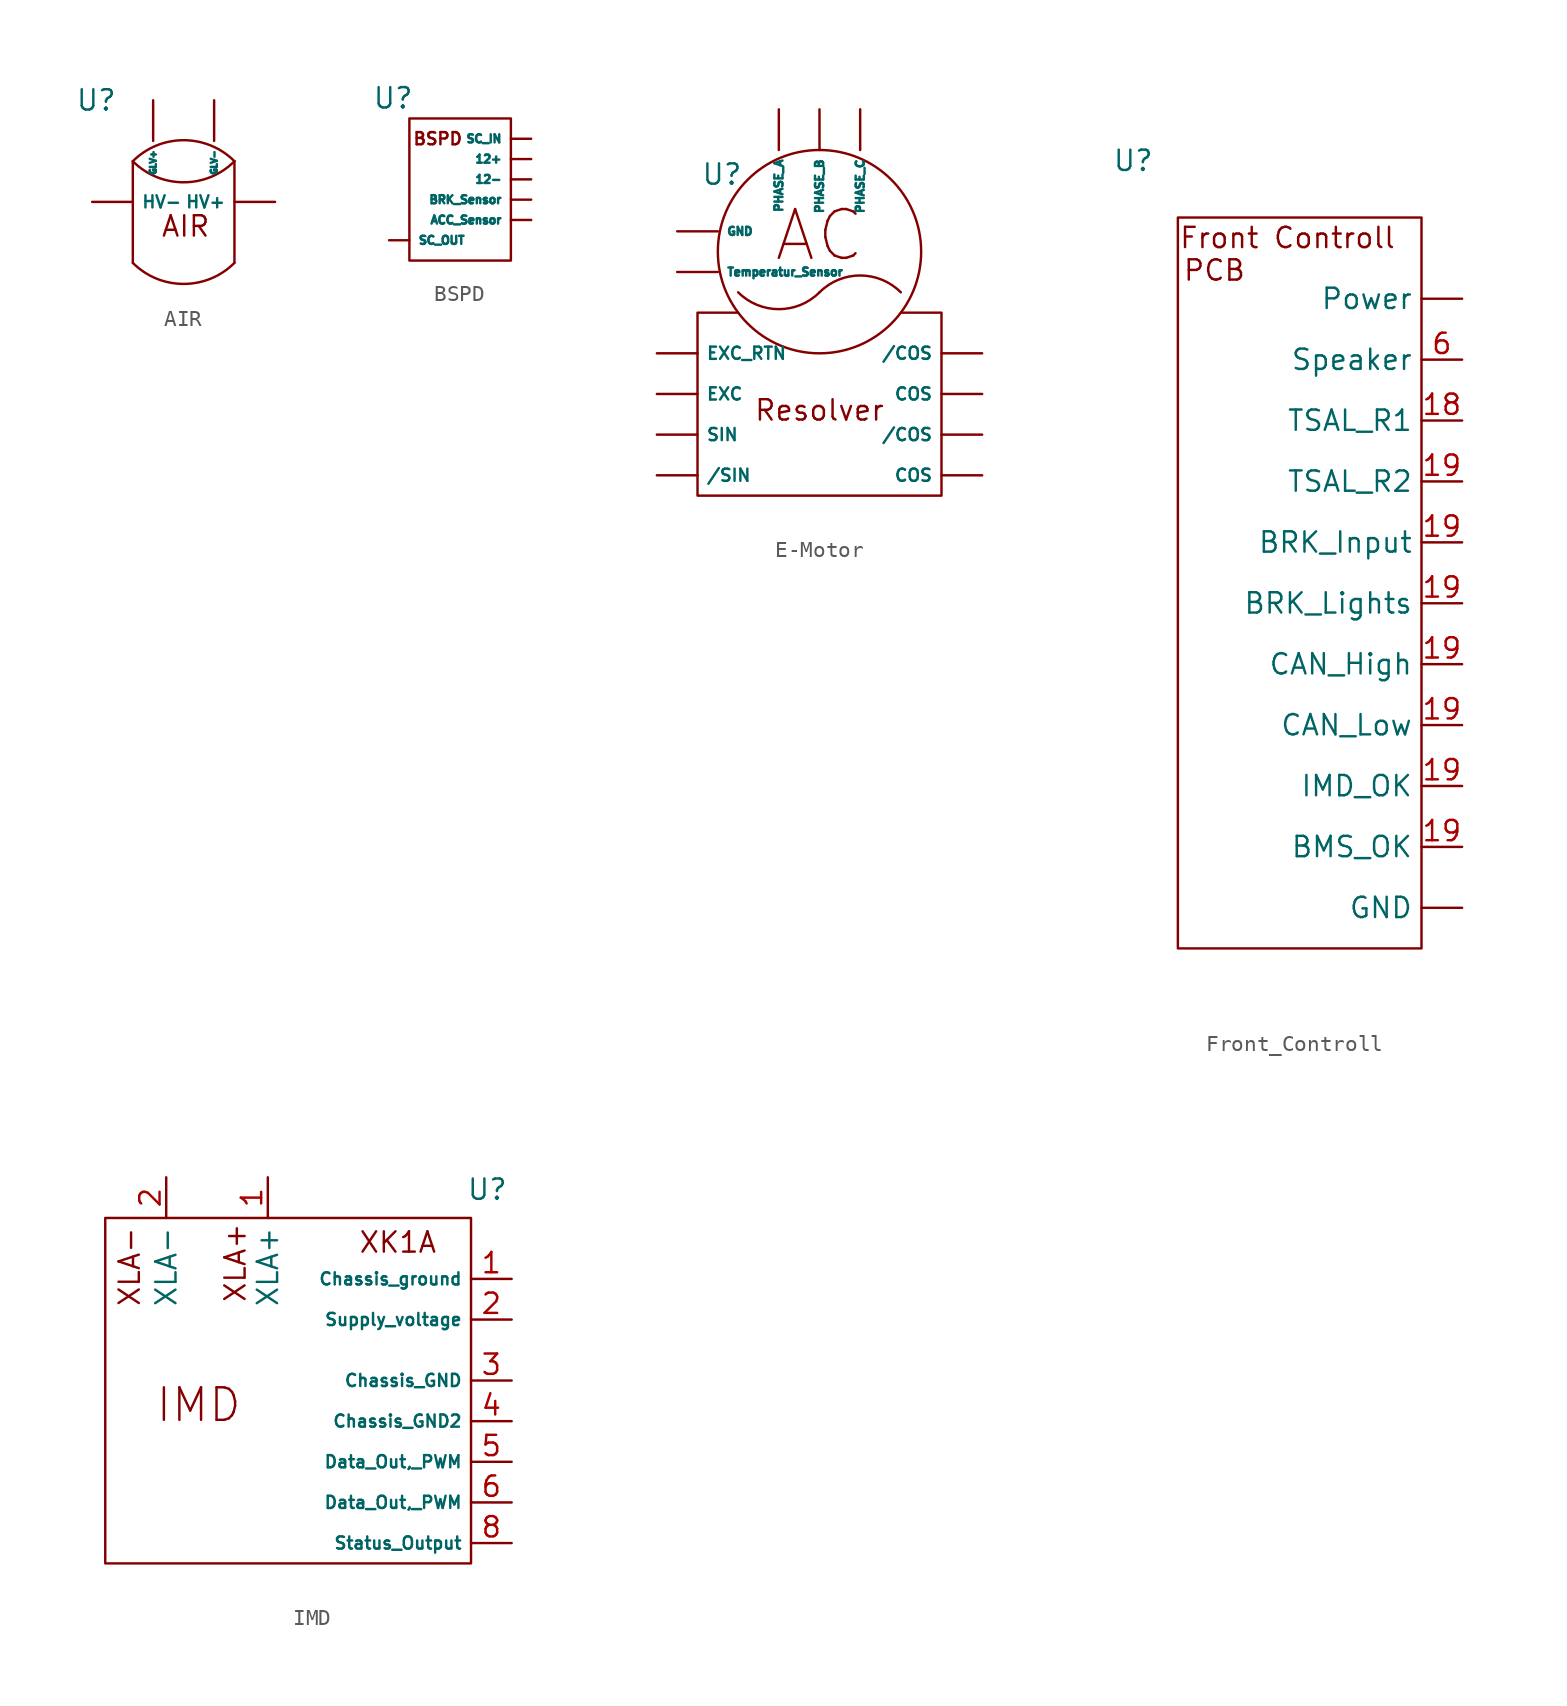
<source format=kicad_sym>
(kicad_symbol_lib
  (version 20231120)
  (generator "kicad_symbol_editor")
  (generator_version "8.0")
  (symbol "AIR"
    (property "Reference" "U"
      (at -4.826 3.81 0)
      (effects (font (size 1.27 1.27))))
    (property "Value" ""
      (at 0 0 0)
      (effects (font (size 1.27 1.27))))
    (symbol "AIR_0_1"
      (arc (start -2.54 0) (mid 0.635 -1.3151) (end 3.81 0) (stroke (width 0) (type default)) (fill (type none)))
      (polyline (pts (xy -2.54 0) (xy -2.54 -6.35)) (stroke (width 0) (type default)) (fill (type none)))
      (polyline (pts (xy 3.81 0) (xy 3.81 -6.35)) (stroke (width 0) (type default)) (fill (type none)))
      (arc (start 3.81 0) (mid 0.635 1.3151) (end -2.54 0) (stroke (width 0) (type default)) (fill (type none))))
    (symbol "AIR_1_1"
      (arc (start -2.54 -6.35) (mid 0.635 -7.6651) (end 3.81 -6.35) (stroke (width 0) (type default)) (fill (type none)))
      (text "AIR\n" (at 0.762 -4.064 0) (effects (font (size 1.27 1.27))))
      (pin bidirectional line (at -1.27 3.81 270) (length 2.54) (name "GLV+" (effects (font (size 0.381 0.381)))) (number "" (effects (font (size 1.27 1.27)))))
      (pin bidirectional line (at 2.54 3.81 270) (length 2.54) (name "GLV-" (effects (font (size 0.381 0.381)))) (number "" (effects (font (size 1.27 1.27)))))
      (pin bidirectional line (at 6.35 -2.54 180) (length 2.54) (name "HV+" (effects (font (size 0.762 0.762)))) (number "" (effects (font (size 1.27 1.27)))))
      (pin bidirectional line (at -5.08 -2.54 0) (length 2.54) (name "HV-" (effects (font (size 0.762 0.762)))) (number "" (effects (font (size 1.27 1.27)))))))
  (symbol "BSPD"
    (property "Reference" "U"
      (at -1.016 1.27 0)
      (effects (font (size 1.27 1.27))))
    (property "Value" ""
      (at 0 0 0)
      (effects (font (size 1.27 1.27))))
    (symbol "BSPD_0_1"
      (rectangle (start 0 0) (end 6.35 -8.89) (stroke (width 0) (type default)) (fill (type none))))
    (symbol "BSPD_1_1"
      (text "BSPD\n" (at 1.778 -1.27 0) (effects (font (size 0.762 0.762))))
      (pin input line (at 7.62 -2.54 180) (length 1.27) (name "12+" (effects (font (size 0.508 0.508)))) (number "" (effects (font (size 1.27 1.27)))))
      (pin input line (at 7.62 -3.81 180) (length 1.27) (name "12-" (effects (font (size 0.508 0.508)))) (number "" (effects (font (size 1.27 1.27)))))
      (pin input line (at 7.62 -6.35 180) (length 1.27) (name "ACC_Sensor" (effects (font (size 0.508 0.508)))) (number "" (effects (font (size 1.27 1.27)))))
      (pin input line (at 7.62 -5.08 180) (length 1.27) (name "BRK_Sensor" (effects (font (size 0.508 0.508)))) (number "" (effects (font (size 1.27 1.27)))))
      (pin input line (at 7.62 -1.27 180) (length 1.27) (name "SC_IN" (effects (font (size 0.508 0.508)))) (number "" (effects (font (size 1.27 1.27)))))
      (pin input line (at -1.27 -7.62 0) (length 1.27) (name "SC_OUT" (effects (font (size 0.508 0.508)))) (number "" (effects (font (size 1.27 1.27)))))))
  (symbol "E-Motor"
    (property "Reference" "U"
      (at -6.096 4.826 0)
      (effects (font (size 1.27 1.27))))
    (property "Value" ""
      (at -0.254 -4.318 0)
      (effects (font (size 1.27 1.27))))
    (symbol "E-Motor_0_1"
      (arc (start -5.08 -2.54) (mid -2.54 -3.5921) (end 0 -2.54) (stroke (width 0) (type default)) (fill (type none)))
      (polyline (pts (xy 5.08 -3.81) (xy 7.62 -3.81) (xy 7.62 -15.24) (xy -7.62 -15.24) (xy -7.62 -3.81) (xy -5.08 -3.81)) (stroke (width 0) (type default)) (fill (type none)))
      (circle (center 0 0) (radius 6.35) (stroke (width 0) (type default)) (fill (type none)))
      (arc (start 5.08 -2.54) (mid 2.54 -1.4879) (end 0 -2.54) (stroke (width 0) (type default)) (fill (type none))))
    (symbol "E-Motor_1_1"
      (text "AC\n" (at 0 1.016 0) (effects (font (size 3.048 3.048))))
      (text "Resolver\n" (at 0 -9.906 0) (effects (font (size 1.27 1.27))))
      (pin bidirectional line (at 10.16 -11.43 180) (length 2.54) (name "/COS" (effects (font (size 0.762 0.762)))) (number "" (effects (font (size 0.762 0.762)))))
      (pin bidirectional line (at 10.16 -6.35 180) (length 2.54) (name "/COS" (effects (font (size 0.762 0.762)))) (number "" (effects (font (size 0.762 0.762)))))
      (pin bidirectional line (at -10.16 -13.97 0) (length 2.54) (name "/SIN" (effects (font (size 0.762 0.762)))) (number "" (effects (font (size 0.762 0.762)))))
      (pin bidirectional line (at 10.16 -13.97 180) (length 2.54) (name "COS" (effects (font (size 0.762 0.762)))) (number "" (effects (font (size 0.762 0.762)))))
      (pin bidirectional line (at 10.16 -8.89 180) (length 2.54) (name "COS" (effects (font (size 0.762 0.762)))) (number "" (effects (font (size 0.762 0.762)))))
      (pin bidirectional line (at -10.16 -8.89 0) (length 2.54) (name "EXC" (effects (font (size 0.762 0.762)))) (number "" (effects (font (size 0.762 0.762)))))
      (pin bidirectional line (at -10.16 -6.35 0) (length 2.54) (name "EXC_RTN" (effects (font (size 0.762 0.762)))) (number "" (effects (font (size 0.762 0.762)))))
      (pin bidirectional line (at -8.89 1.27 0) (length 2.54) (name "GND" (effects (font (size 0.508 0.508)))) (number "" (effects (font (size 0.762 0.762)))))
      (pin input line (at -2.54 8.89 270) (length 2.54) (name "PHASE_A" (effects (font (size 0.508 0.508)))) (number "" (effects (font (size 1.27 1.27)))))
      (pin input line (at 0 8.89 270) (length 2.54) (name "PHASE_B" (effects (font (size 0.508 0.508)))) (number "" (effects (font (size 1.27 1.27)))))
      (pin input line (at 2.54 8.89 270) (length 2.54) (name "PHASE_C" (effects (font (size 0.508 0.508)))) (number "" (effects (font (size 1.27 1.27)))))
      (pin bidirectional line (at -10.16 -11.43 0) (length 2.54) (name "SIN" (effects (font (size 0.762 0.762)))) (number "" (effects (font (size 0.762 0.762)))))
      (pin bidirectional line (at -8.89 -1.27 0) (length 2.54) (name "Temperatur_Sensor" (effects (font (size 0.508 0.508)))) (number "" (effects (font (size 0.762 0.762)))))))
  (symbol "Front_Controll"
    (property "Reference" "U"
      (at -2.794 3.556 0)
      (effects (font (size 1.27 1.27))))
    (property "Value" ""
      (at 0 0 0)
      (effects (font (size 1.27 1.27))))
    (symbol "Front_Controll_0_1"
      (rectangle (start 0 0) (end 15.24 -45.72) (stroke (width 0) (type default)) (fill (type none))))
    (symbol "Front_Controll_1_1"
      (text "Front Controll\n" (at 6.858 -1.27 0) (effects (font (size 1.27 1.27))))
      (text "PCB\n" (at 2.286 -3.302 0) (effects (font (size 1.27 1.27))))
      (pin output line (at 17.78 -43.18 180) (length 2.54) (name "GND" (effects (font (size 1.27 1.27)))) (number "" (effects (font (size 1.27 1.27)))))
      (pin output line (at 17.78 -5.08 180) (length 2.54) (name "Power" (effects (font (size 1.27 1.27)))) (number "" (effects (font (size 1.27 1.27)))))
      (pin output line (at 17.78 -12.7 180) (length 2.54) (name "TSAL_R1" (effects (font (size 1.27 1.27)))) (number "18" (effects (font (size 1.27 1.27)))))
      (pin output line (at 17.78 -39.37 180) (length 2.54) (name "BMS_OK" (effects (font (size 1.27 1.27)))) (number "19" (effects (font (size 1.27 1.27)))))
      (pin output line (at 17.78 -20.32 180) (length 2.54) (name "BRK_Input" (effects (font (size 1.27 1.27)))) (number "19" (effects (font (size 1.27 1.27)))))
      (pin output line (at 17.78 -24.13 180) (length 2.54) (name "BRK_Lights" (effects (font (size 1.27 1.27)))) (number "19" (effects (font (size 1.27 1.27)))))
      (pin output line (at 17.78 -27.94 180) (length 2.54) (name "CAN_High" (effects (font (size 1.27 1.27)))) (number "19" (effects (font (size 1.27 1.27)))))
      (pin output line (at 17.78 -31.75 180) (length 2.54) (name "CAN_Low" (effects (font (size 1.27 1.27)))) (number "19" (effects (font (size 1.27 1.27)))))
      (pin output line (at 17.78 -35.56 180) (length 2.54) (name "IMD_OK" (effects (font (size 1.27 1.27)))) (number "19" (effects (font (size 1.27 1.27)))))
      (pin output line (at 17.78 -16.51 180) (length 2.54) (name "TSAL_R2" (effects (font (size 1.27 1.27)))) (number "19" (effects (font (size 1.27 1.27)))))
      (pin output line (at 17.78 -8.89 180) (length 2.54) (name "Speaker" (effects (font (size 1.27 1.27)))) (number "6" (effects (font (size 1.27 1.27)))))))
  (symbol "IMD"
    (property "Reference" "U"
      (at 1.016 1.778 0)
      (effects (font (size 1.27 1.27))))
    (property "Value" ""
      (at 0 0 0)
      (effects (font (size 1.27 1.27))))
    (symbol "IMD_1_1"
      (rectangle (start -22.86 0) (end 0 -21.59) (stroke (width 0) (type default)) (fill (type none)))
      (text "IMD\n" (at -17.018 -11.684 0) (effects (font (size 2.032 2.032))))
      (text "XK1A\n" (at -4.572 -1.524 0) (effects (font (size 1.27 1.27))))
      (text "XLA+\n" (at -14.732 -2.794 900) (effects (font (size 1.27 1.27))))
      (text "XLA-\n\n" (at -20.32 -3.048 900) (effects (font (size 1.27 1.27))))
      (pin input line (at 2.54 -3.81 180) (length 2.54) (name "Chassis_ground" (effects (font (size 0.762 0.762)))) (number "1" (effects (font (size 1.27 1.27)))))
      (pin input line (at -12.7 2.54 270) (length 2.54) (name "XLA+" (effects (font (size 1.27 1.27)))) (number "1" (effects (font (size 1.27 1.27)))))
      (pin input line (at 2.54 -6.35 180) (length 2.54) (name "Supply_voltage" (effects (font (size 0.762 0.762)))) (number "2" (effects (font (size 1.27 1.27)))))
      (pin input line (at -19.05 2.54 270) (length 2.54) (name "XLA-" (effects (font (size 1.27 1.27)))) (number "2" (effects (font (size 1.27 1.27)))))
      (pin output line (at 2.54 -10.16 180) (length 2.54) (name "Chassis_GND" (effects (font (size 0.762 0.762)))) (number "3" (effects (font (size 1.27 1.27)))))
      (pin output line (at 2.54 -12.7 180) (length 2.54) (name "Chassis_GND2" (effects (font (size 0.762 0.762)))) (number "4" (effects (font (size 1.27 1.27)))))
      (pin output line (at 2.54 -15.24 180) (length 2.54) (name "Data_Out,_PWM" (effects (font (size 0.762 0.762)))) (number "5" (effects (font (size 1.27 1.27)))))
      (pin output line (at 2.54 -17.78 180) (length 2.54) (name "Data_Out,_PWM" (effects (font (size 0.762 0.762)))) (number "6" (effects (font (size 1.27 1.27)))))
      (pin output line (at 2.54 -20.32 180) (length 2.54) (name "Status_Output" (effects (font (size 0.762 0.762)))) (number "8" (effects (font (size 1.27 1.27))))))))
</source>
